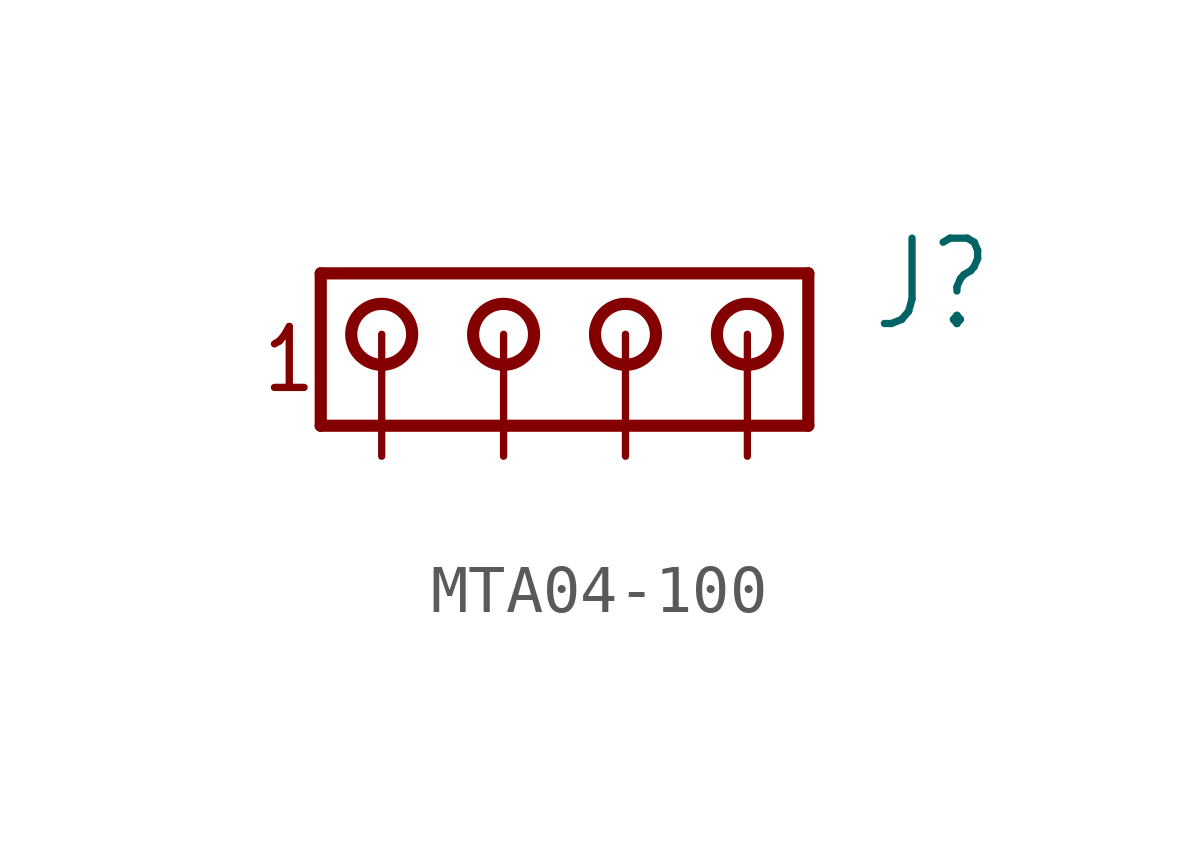
<source format=kicad_sym>
(kicad_symbol_lib
  (version 20241209)
  (generator "kicad_symbol_editor")
  (generator_version "9.0")
  (symbol "MTA04-100"
    (property "Reference" "J"
      (at 7.62 0 0)
      (effects (font (size 1.778 1.511)) (justify left bottom)))
    (property "Value" ""
      (at 7.62 -3.81 0)
      (effects (font (size 1.778 1.511)) (justify left bottom)))
    (property "ki_locked" ""
      (at 0 0 0)
      (effects (font (size 1.27 1.27))))
    (symbol "MTA04-100_1_0"
      (polyline (pts (xy -3.81 1.27) (xy -3.81 -1.905)) (stroke (width 0.254) (type solid)) (fill (type none)))
      (polyline (pts (xy -3.81 1.27) (xy 6.35 1.27)) (stroke (width 0.254) (type solid)) (fill (type none)))
      (circle (center -2.54 0) (radius 0.635) (stroke (width 0.254) (type solid)) (fill (type none)))
      (circle (center 0 0) (radius 0.635) (stroke (width 0.254) (type solid)) (fill (type none)))
      (circle (center 2.54 0) (radius 0.635) (stroke (width 0.254) (type solid)) (fill (type none)))
      (circle (center 5.08 0) (radius 0.635) (stroke (width 0.254) (type solid)) (fill (type none)))
      (polyline (pts (xy 6.35 -1.905) (xy -3.81 -1.905)) (stroke (width 0.254) (type solid)) (fill (type none)))
      (polyline (pts (xy 6.35 -1.905) (xy 6.35 1.27)) (stroke (width 0.254) (type solid)) (fill (type none)))
      (text "1" (at -5.08 -1.27 0) (effects (font (size 1.27 1.079)) (justify left bottom)))
      (pin passive line (at -2.54 -2.54 90) (length 2.54) (name "1" (effects (font (size 0 0)))) (number "1" (effects (font (size 0 0)))))
      (pin passive line (at 0 -2.54 90) (length 2.54) (name "2" (effects (font (size 0 0)))) (number "2" (effects (font (size 0 0)))))
      (pin passive line (at 2.54 -2.54 90) (length 2.54) (name "3" (effects (font (size 0 0)))) (number "3" (effects (font (size 0 0)))))
      (pin passive line (at 5.08 -2.54 90) (length 2.54) (name "4" (effects (font (size 0 0)))) (number "4" (effects (font (size 0 0))))))))
</source>
